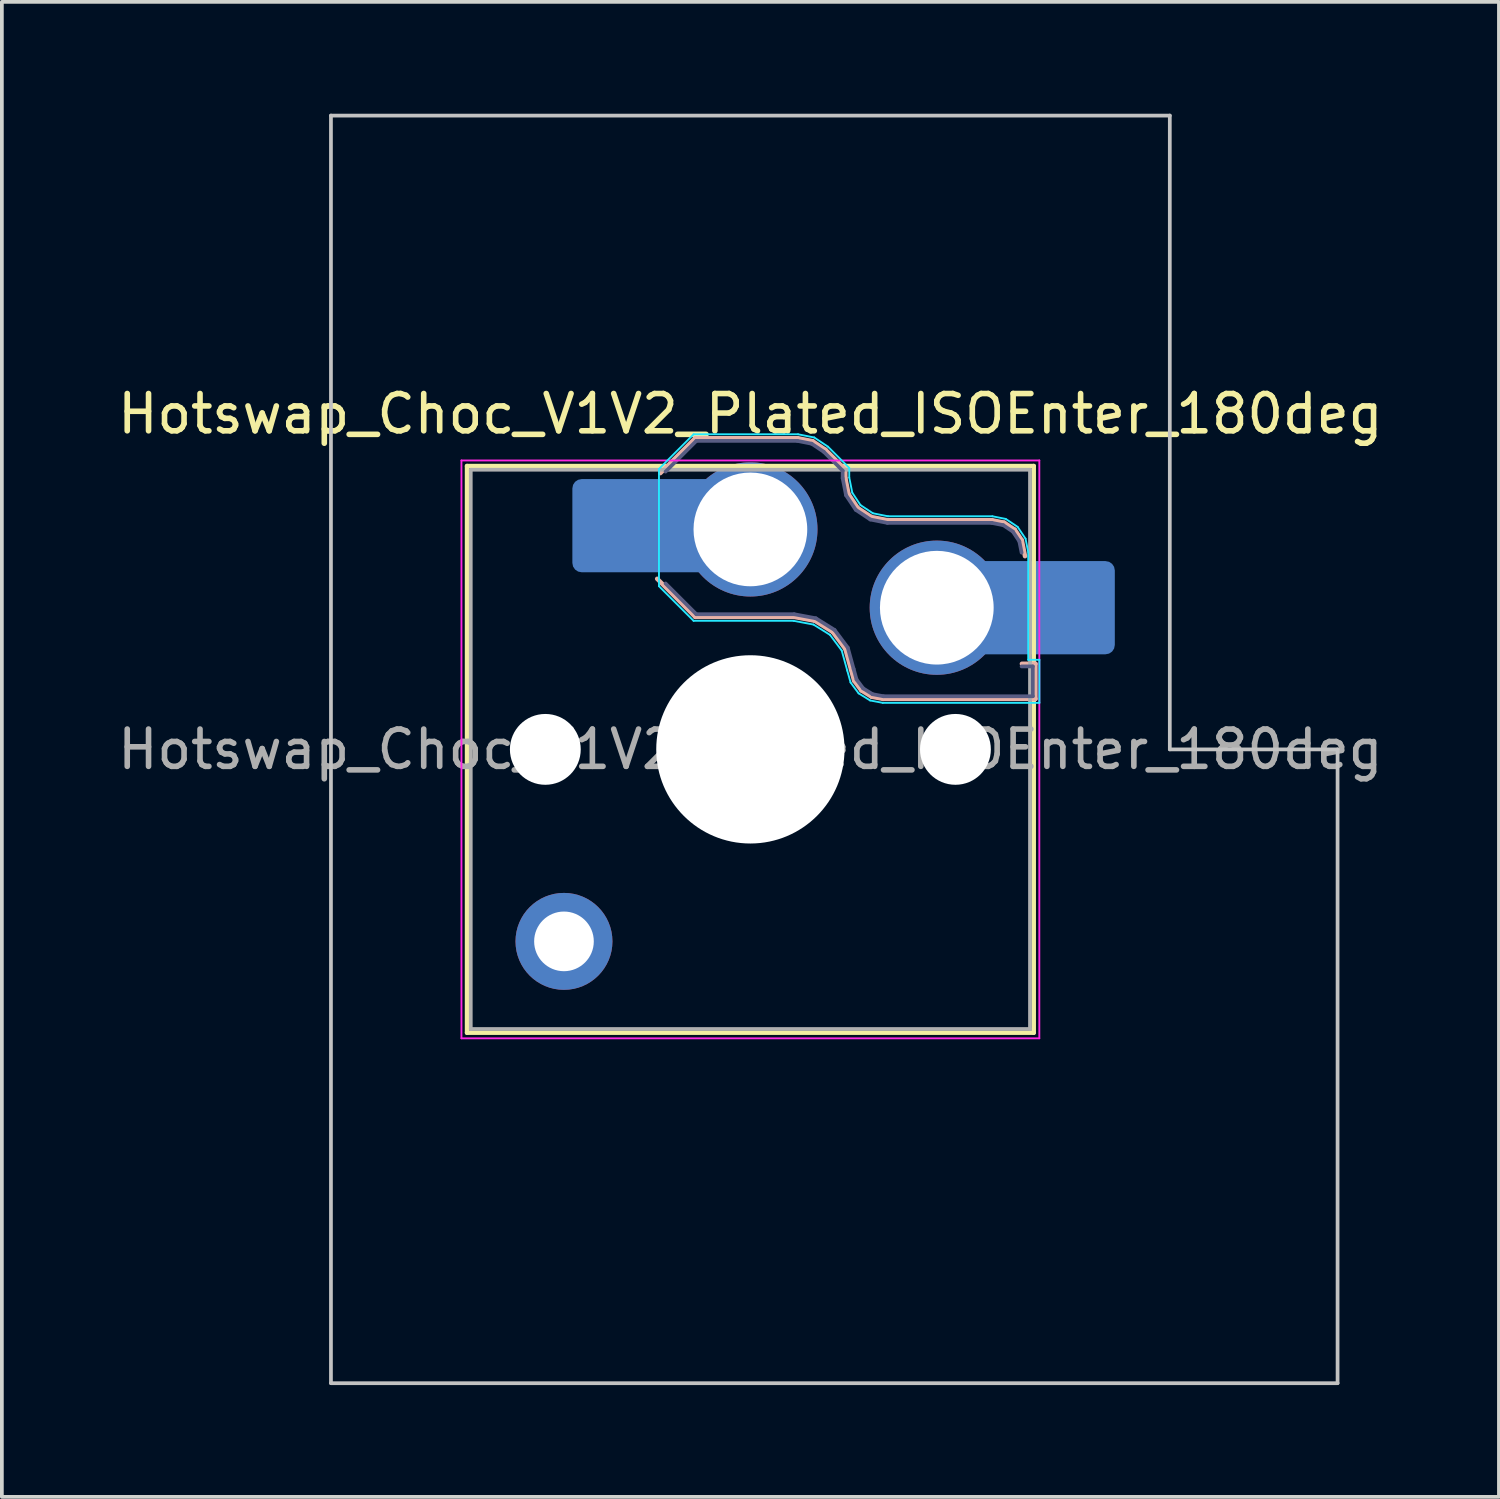
<source format=kicad_pcb>
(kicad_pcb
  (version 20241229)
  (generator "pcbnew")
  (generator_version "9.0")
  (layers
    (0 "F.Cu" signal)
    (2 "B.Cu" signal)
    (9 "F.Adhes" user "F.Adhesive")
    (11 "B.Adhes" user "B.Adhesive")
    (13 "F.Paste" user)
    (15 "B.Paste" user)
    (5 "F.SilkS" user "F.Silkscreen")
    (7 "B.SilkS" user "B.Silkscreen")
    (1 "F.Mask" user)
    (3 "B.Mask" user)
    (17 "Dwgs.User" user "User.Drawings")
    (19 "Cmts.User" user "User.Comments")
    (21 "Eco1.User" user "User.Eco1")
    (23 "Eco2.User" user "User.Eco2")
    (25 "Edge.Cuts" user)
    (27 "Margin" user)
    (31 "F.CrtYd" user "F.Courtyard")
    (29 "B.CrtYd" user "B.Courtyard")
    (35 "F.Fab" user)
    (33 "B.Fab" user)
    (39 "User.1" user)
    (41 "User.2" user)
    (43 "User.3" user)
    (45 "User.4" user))
  (footprint "Hotswap_Choc_V1V2_Plated_ISOEnter_180deg"
    (layer "F.Cu")
    (at 17.077 17.05)
    (property "Reference" "Hotswap_Choc_V1V2_Plated_ISOEnter_180deg" (at 0 -9 0) (layer "F.SilkS") (effects (font (size 1 1) (thickness 0.15))))
    (attr smd)
    (fp_line (start -7.6 -7.6) (end -7.6 7.6) (stroke (width 0.12) (type solid)) (layer "F.SilkS"))
    (fp_line (start -7.6 7.6) (end 7.6 7.6) (stroke (width 0.12) (type solid)) (layer "F.SilkS"))
    (fp_line (start 7.6 -7.6) (end -7.6 -7.6) (stroke (width 0.12) (type solid)) (layer "F.SilkS"))
    (fp_line (start 7.6 7.6) (end 7.6 -7.6) (stroke (width 0.12) (type solid)) (layer "F.SilkS"))
    (fp_line (start -2.416 -7.409) (end -1.479 -8.346) (stroke (width 0.12) (type solid)) (layer "B.SilkS"))
    (fp_line (start -1.479 -8.346) (end 1.268 -8.346) (stroke (width 0.12) (type solid)) (layer "B.SilkS"))
    (fp_line (start -1.479 -3.554) (end -2.5 -4.575) (stroke (width 0.12) (type solid)) (layer "B.SilkS"))
    (fp_line (start 1.168 -3.554) (end -1.479 -3.554) (stroke (width 0.12) (type solid)) (layer "B.SilkS"))
    (fp_line (start 1.268 -8.346) (end 1.671 -8.266) (stroke (width 0.12) (type solid)) (layer "B.SilkS"))
    (fp_line (start 1.671 -8.266) (end 2.013 -8.037) (stroke (width 0.12) (type solid)) (layer "B.SilkS"))
    (fp_line (start 1.73 -3.449) (end 1.168 -3.554) (stroke (width 0.12) (type solid)) (layer "B.SilkS"))
    (fp_line (start 2.013 -8.037) (end 2.546 -7.504) (stroke (width 0.12) (type solid)) (layer "B.SilkS"))
    (fp_line (start 2.209 -3.15) (end 1.73 -3.449) (stroke (width 0.12) (type solid)) (layer "B.SilkS"))
    (fp_line (start 2.546 -7.504) (end 2.546 -7.282) (stroke (width 0.12) (type solid)) (layer "B.SilkS"))
    (fp_line (start 2.546 -7.282) (end 2.633 -6.844) (stroke (width 0.12) (type solid)) (layer "B.SilkS"))
    (fp_line (start 2.547 -2.697) (end 2.209 -3.15) (stroke (width 0.12) (type solid)) (layer "B.SilkS"))
    (fp_line (start 2.633 -6.844) (end 2.877 -6.477) (stroke (width 0.12) (type solid)) (layer "B.SilkS"))
    (fp_line (start 2.701 -2.139) (end 2.547 -2.697) (stroke (width 0.12) (type solid)) (layer "B.SilkS"))
    (fp_line (start 2.783 -1.841) (end 2.701 -2.139) (stroke (width 0.12) (type solid)) (layer "B.SilkS"))
    (fp_line (start 2.877 -6.477) (end 3.244 -6.233) (stroke (width 0.12) (type solid)) (layer "B.SilkS"))
    (fp_line (start 2.976 -1.583) (end 2.783 -1.841) (stroke (width 0.12) (type solid)) (layer "B.SilkS"))
    (fp_line (start 3.244 -6.233) (end 3.682 -6.146) (stroke (width 0.12) (type solid)) (layer "B.SilkS"))
    (fp_line (start 3.25 -1.413) (end 2.976 -1.583) (stroke (width 0.12) (type solid)) (layer "B.SilkS"))
    (fp_line (start 3.56 -1.354) (end 3.25 -1.413) (stroke (width 0.12) (type solid)) (layer "B.SilkS"))
    (fp_line (start 3.682 -6.146) (end 6.482 -6.146) (stroke (width 0.12) (type solid)) (layer "B.SilkS"))
    (fp_line (start 6.482 -6.146) (end 6.809 -6.081) (stroke (width 0.12) (type solid)) (layer "B.SilkS"))
    (fp_line (start 6.809 -6.081) (end 7.092 -5.892) (stroke (width 0.12) (type solid)) (layer "B.SilkS"))
    (fp_line (start 7.092 -5.892) (end 7.281 -5.609) (stroke (width 0.12) (type solid)) (layer "B.SilkS"))
    (fp_line (start 7.281 -5.609) (end 7.366 -5.182) (stroke (width 0.12) (type solid)) (layer "B.SilkS"))
    (fp_line (start 7.283 -2.296) (end 7.646 -2.296) (stroke (width 0.12) (type solid)) (layer "B.SilkS"))
    (fp_line (start 7.646 -2.296) (end 7.646 -1.354) (stroke (width 0.12) (type solid)) (layer "B.SilkS"))
    (fp_line (start 7.646 -1.354) (end 3.56 -1.354) (stroke (width 0.12) (type solid)) (layer "B.SilkS"))
    (fp_line (start -11.25 -17) (end -11.25 17) (stroke (width 0.1) (type solid)) (layer "Dwgs.User"))
    (fp_line (start -11.25 17) (end 15.75 17) (stroke (width 0.1) (type solid)) (layer "Dwgs.User"))
    (fp_line (start 11.25 -17) (end -11.25 -17) (stroke (width 0.1) (type solid)) (layer "Dwgs.User"))
    (fp_line (start 11.25 0) (end 11.25 -17) (stroke (width 0.1) (type solid)) (layer "Dwgs.User"))
    (fp_line (start 15.75 0) (end 11.25 0) (stroke (width 0.1) (type solid)) (layer "Dwgs.User"))
    (fp_line (start 15.75 17) (end 15.75 0) (stroke (width 0.1) (type solid)) (layer "Dwgs.User"))
    (fp_line (start -7.25 -7.25) (end -7.25 7.25) (stroke (width 0.1) (type solid)) (layer "Eco1.User"))
    (fp_line (start -7.25 7.25) (end 7.25 7.25) (stroke (width 0.1) (type solid)) (layer "Eco1.User"))
    (fp_line (start 7.25 -7.25) (end -7.25 -7.25) (stroke (width 0.1) (type solid)) (layer "Eco1.User"))
    (fp_line (start 7.25 7.25) (end 7.25 -7.25) (stroke (width 0.1) (type solid)) (layer "Eco1.User"))
    (fp_line (start -2.452 -7.523) (end -1.523 -8.452) (stroke (width 0.05) (type solid)) (layer "B.CrtYd"))
    (fp_line (start -2.452 -4.377) (end -2.452 -7.523) (stroke (width 0.05) (type solid)) (layer "B.CrtYd"))
    (fp_line (start -1.523 -8.452) (end 1.278 -8.452) (stroke (width 0.05) (type solid)) (layer "B.CrtYd"))
    (fp_line (start -1.523 -3.448) (end -2.452 -4.377) (stroke (width 0.05) (type solid)) (layer "B.CrtYd"))
    (fp_line (start 1.159 -3.448) (end -1.523 -3.448) (stroke (width 0.05) (type solid)) (layer "B.CrtYd"))
    (fp_line (start 1.278 -8.452) (end 1.712 -8.366) (stroke (width 0.05) (type solid)) (layer "B.CrtYd"))
    (fp_line (start 1.691 -3.348) (end 1.159 -3.448) (stroke (width 0.05) (type solid)) (layer "B.CrtYd"))
    (fp_line (start 1.712 -8.366) (end 2.081 -8.119) (stroke (width 0.05) (type solid)) (layer "B.CrtYd"))
    (fp_line (start 2.081 -8.119) (end 2.652 -7.548) (stroke (width 0.05) (type solid)) (layer "B.CrtYd"))
    (fp_line (start 2.136 -3.071) (end 1.691 -3.348) (stroke (width 0.05) (type solid)) (layer "B.CrtYd"))
    (fp_line (start 2.45 -2.65) (end 2.136 -3.071) (stroke (width 0.05) (type solid)) (layer "B.CrtYd"))
    (fp_line (start 2.599 -2.111) (end 2.45 -2.65) (stroke (width 0.05) (type solid)) (layer "B.CrtYd"))
    (fp_line (start 2.652 -7.548) (end 2.652 -7.292) (stroke (width 0.05) (type solid)) (layer "B.CrtYd"))
    (fp_line (start 2.652 -7.292) (end 2.733 -6.885) (stroke (width 0.05) (type solid)) (layer "B.CrtYd"))
    (fp_line (start 2.687 -1.794) (end 2.599 -2.111) (stroke (width 0.05) (type solid)) (layer "B.CrtYd"))
    (fp_line (start 2.733 -6.885) (end 2.953 -6.553) (stroke (width 0.05) (type solid)) (layer "B.CrtYd"))
    (fp_line (start 2.903 -1.503) (end 2.687 -1.794) (stroke (width 0.05) (type solid)) (layer "B.CrtYd"))
    (fp_line (start 2.953 -6.553) (end 3.285 -6.333) (stroke (width 0.05) (type solid)) (layer "B.CrtYd"))
    (fp_line (start 3.211 -1.312) (end 2.903 -1.503) (stroke (width 0.05) (type solid)) (layer "B.CrtYd"))
    (fp_line (start 3.285 -6.333) (end 3.692 -6.252) (stroke (width 0.05) (type solid)) (layer "B.CrtYd"))
    (fp_line (start 3.55 -1.248) (end 3.211 -1.312) (stroke (width 0.05) (type solid)) (layer "B.CrtYd"))
    (fp_line (start 3.692 -6.252) (end 6.492 -6.252) (stroke (width 0.05) (type solid)) (layer "B.CrtYd"))
    (fp_line (start 6.492 -6.252) (end 6.85 -6.181) (stroke (width 0.05) (type solid)) (layer "B.CrtYd"))
    (fp_line (start 6.85 -6.181) (end 7.168 -5.968) (stroke (width 0.05) (type solid)) (layer "B.CrtYd"))
    (fp_line (start 7.168 -5.968) (end 7.381 -5.65) (stroke (width 0.05) (type solid)) (layer "B.CrtYd"))
    (fp_line (start 7.381 -5.65) (end 7.452 -5.292) (stroke (width 0.05) (type solid)) (layer "B.CrtYd"))
    (fp_line (start 7.452 -5.292) (end 7.452 -2.402) (stroke (width 0.05) (type solid)) (layer "B.CrtYd"))
    (fp_line (start 7.452 -2.402) (end 7.752 -2.402) (stroke (width 0.05) (type solid)) (layer "B.CrtYd"))
    (fp_line (start 7.752 -2.402) (end 7.752 -1.248) (stroke (width 0.05) (type solid)) (layer "B.CrtYd"))
    (fp_line (start 7.752 -1.248) (end 3.55 -1.248) (stroke (width 0.05) (type solid)) (layer "B.CrtYd"))
    (fp_line (start -7.75 -7.75) (end -7.75 7.75) (stroke (width 0.05) (type solid)) (layer "F.CrtYd"))
    (fp_line (start -7.75 7.75) (end 7.75 7.75) (stroke (width 0.05) (type solid)) (layer "F.CrtYd"))
    (fp_line (start 7.75 -7.75) (end -7.75 -7.75) (stroke (width 0.05) (type solid)) (layer "F.CrtYd"))
    (fp_line (start 7.75 7.75) (end 7.75 -7.75) (stroke (width 0.05) (type solid)) (layer "F.CrtYd"))
    (fp_line (start -2.275 -7.45) (end -1.45 -8.275) (stroke (width 0.1) (type solid)) (layer "B.Fab"))
    (fp_line (start -1.45 -8.275) (end 1.261 -8.275) (stroke (width 0.1) (type solid)) (layer "B.Fab"))
    (fp_line (start -1.45 -3.625) (end -2.275 -4.45) (stroke (width 0.1) (type solid)) (layer "B.Fab"))
    (fp_line (start 1.175 -3.625) (end -1.45 -3.625) (stroke (width 0.1) (type solid)) (layer "B.Fab"))
    (fp_line (start 1.261 -8.275) (end 1.643 -8.199) (stroke (width 0.1) (type solid)) (layer "B.Fab"))
    (fp_line (start 1.643 -8.199) (end 1.968 -7.982) (stroke (width 0.1) (type solid)) (layer "B.Fab"))
    (fp_line (start 1.756 -3.516) (end 1.175 -3.625) (stroke (width 0.1) (type solid)) (layer "B.Fab"))
    (fp_line (start 1.968 -7.982) (end 2.475 -7.475) (stroke (width 0.1) (type solid)) (layer "B.Fab"))
    (fp_line (start 2.258 -3.203) (end 1.756 -3.516) (stroke (width 0.1) (type solid)) (layer "B.Fab"))
    (fp_line (start 2.475 -7.475) (end 2.475 -7.275) (stroke (width 0.1) (type solid)) (layer "B.Fab"))
    (fp_line (start 2.475 -7.275) (end 2.566 -6.816) (stroke (width 0.1) (type solid)) (layer "B.Fab"))
    (fp_line (start 2.566 -6.816) (end 2.826 -6.426) (stroke (width 0.1) (type solid)) (layer "B.Fab"))
    (fp_line (start 2.612 -2.729) (end 2.258 -3.203) (stroke (width 0.1) (type solid)) (layer "B.Fab"))
    (fp_line (start 2.769 -2.158) (end 2.612 -2.729) (stroke (width 0.1) (type solid)) (layer "B.Fab"))
    (fp_line (start 2.826 -6.426) (end 3.216 -6.166) (stroke (width 0.1) (type solid)) (layer "B.Fab"))
    (fp_line (start 2.848 -1.873) (end 2.769 -2.158) (stroke (width 0.1) (type solid)) (layer "B.Fab"))
    (fp_line (start 3.025 -1.636) (end 2.848 -1.873) (stroke (width 0.1) (type solid)) (layer "B.Fab"))
    (fp_line (start 3.216 -6.166) (end 3.675 -6.075) (stroke (width 0.1) (type solid)) (layer "B.Fab"))
    (fp_line (start 3.276 -1.48) (end 3.025 -1.636) (stroke (width 0.1) (type solid)) (layer "B.Fab"))
    (fp_line (start 3.567 -1.425) (end 3.276 -1.48) (stroke (width 0.1) (type solid)) (layer "B.Fab"))
    (fp_line (start 3.675 -6.075) (end 6.475 -6.075) (stroke (width 0.1) (type solid)) (layer "B.Fab"))
    (fp_line (start 6.475 -6.075) (end 6.781 -6.014) (stroke (width 0.1) (type solid)) (layer "B.Fab"))
    (fp_line (start 6.781 -6.014) (end 7.041 -5.841) (stroke (width 0.1) (type solid)) (layer "B.Fab"))
    (fp_line (start 7.041 -5.841) (end 7.214 -5.581) (stroke (width 0.1) (type solid)) (layer "B.Fab"))
    (fp_line (start 7.214 -5.581) (end 7.275 -5.275) (stroke (width 0.1) (type solid)) (layer "B.Fab"))
    (fp_line (start 7.275 -2.225) (end 7.575 -2.225) (stroke (width 0.1) (type solid)) (layer "B.Fab"))
    (fp_line (start 7.575 -2.225) (end 7.575 -1.425) (stroke (width 0.1) (type solid)) (layer "B.Fab"))
    (fp_line (start 7.575 -1.425) (end 3.567 -1.425) (stroke (width 0.1) (type solid)) (layer "B.Fab"))
    (fp_line (start -7.5 -7.5) (end -7.5 7.5) (stroke (width 0.1) (type solid)) (layer "F.Fab"))
    (fp_line (start -7.5 7.5) (end 7.5 7.5) (stroke (width 0.1) (type solid)) (layer "F.Fab"))
    (fp_line (start 7.5 -7.5) (end -7.5 -7.5) (stroke (width 0.1) (type solid)) (layer "F.Fab"))
    (fp_line (start 7.5 7.5) (end 7.5 -7.5) (stroke (width 0.1) (type solid)) (layer "F.Fab"))
    (fp_text user "${REFERENCE}" (at 0 0 0) (layer "F.Fab") (effects (font (size 1 1) (thickness 0.15))))
    (pad "" np_thru_hole circle (at -5.5 0) (size 1.9 1.9) (drill 1.9) (layers "*.Cu" "*.Mask"))
    (pad "" thru_hole circle (at -5 5.15) (size 2.6 2.6) (drill 1.6) (layers "*.Cu" "*.Mask"))
    (pad "" smd roundrect (at -3.5 -6) (size 2.55 2.5) (layers "B.Mask" "B.Paste") (roundrect_rratio 0.1))
    (pad "" np_thru_hole circle (at 0 0) (size 5.05 5.05) (drill 5.05) (layers "*.Cu" "*.Mask"))
    (pad "" np_thru_hole circle (at 5.5 0) (size 1.9 1.9) (drill 1.9) (layers "*.Cu" "*.Mask"))
    (pad "" smd roundrect (at 8.5 -3.8) (size 2.55 2.5) (layers "B.Mask" "B.Paste") (roundrect_rratio 0.1))
    (pad "1" smd roundrect (at -2.85 -6) (size 3.85 2.5) (layers "B.Cu") (roundrect_rratio 0.1))
    (pad "1" thru_hole circle (at 0 -5.9) (size 3.6 3.6) (drill 3.05) (layers "*.Cu" "*.Mask"))
    (pad "2" thru_hole circle (at 5 -3.8) (size 3.6 3.6) (drill 3.05) (layers "*.Cu" "*.Mask"))
    (pad "2" smd roundrect (at 7.85 -3.8) (size 3.85 2.5) (layers "B.Cu") (roundrect_rratio 0.1)))
  (gr_rect
    (start -3 -3)
    (end 37.155 37.1)
    (stroke (width 0.1) (type default))
    (fill no)
    (layer "Edge.Cuts")))
</source>
